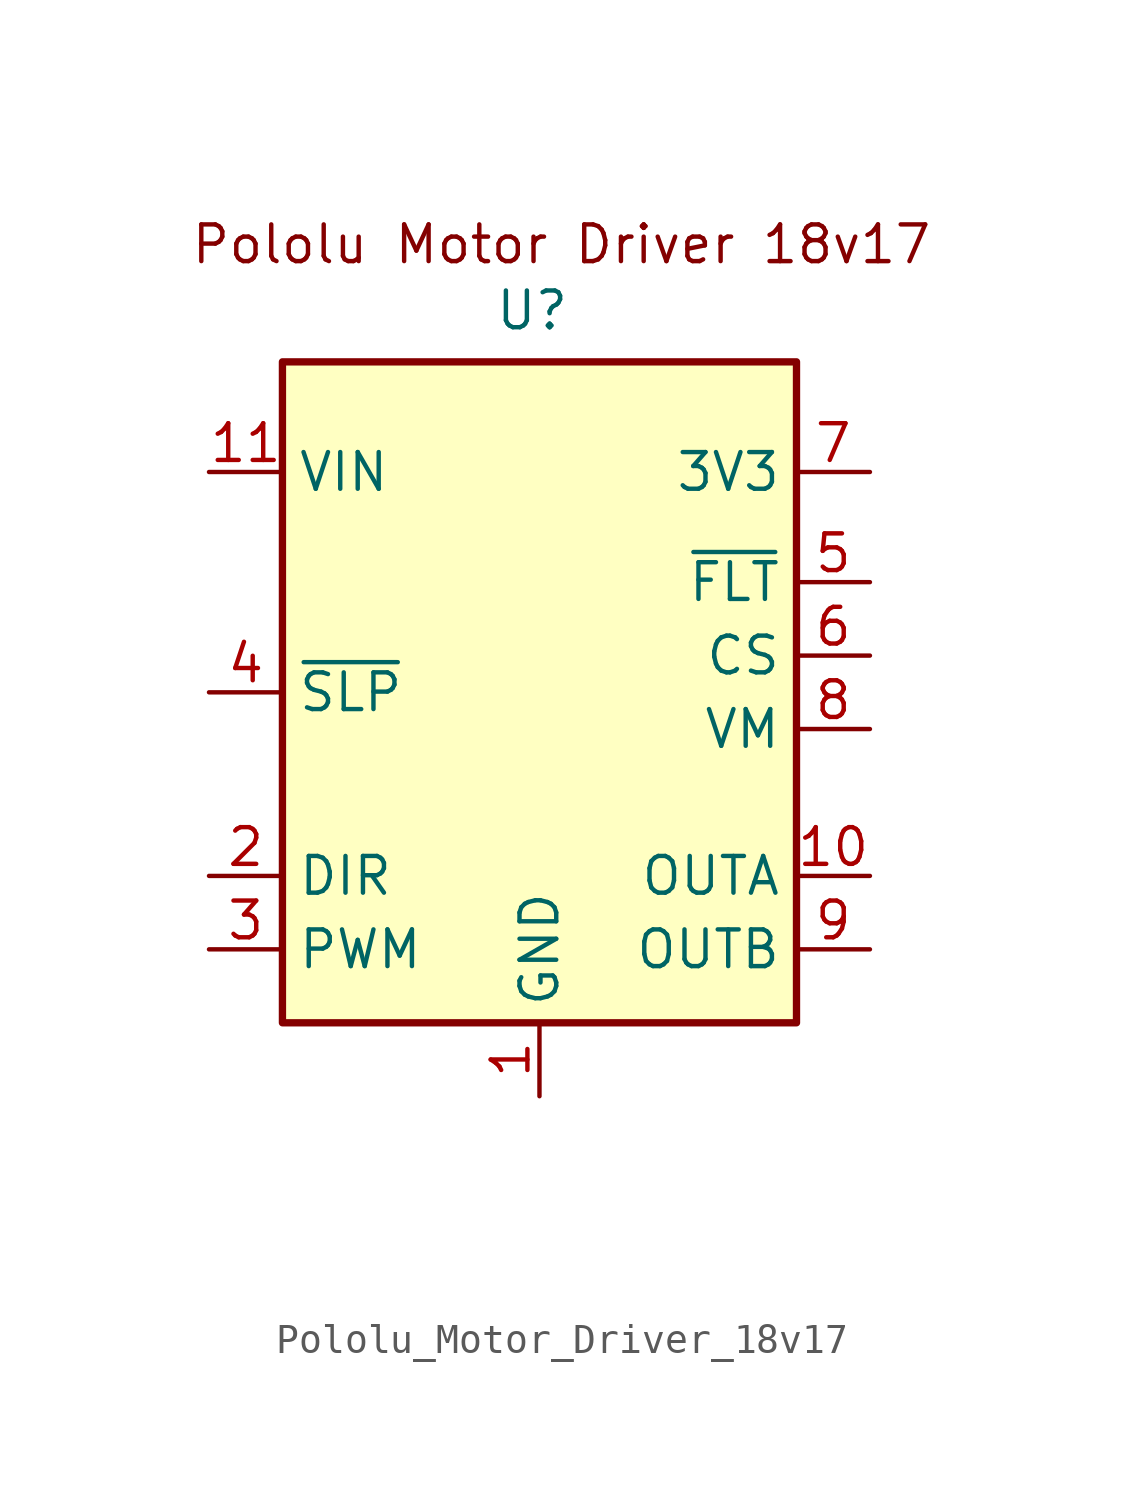
<source format=kicad_sym>
(kicad_symbol_lib
  (version 20231120)
  (generator "kicad_symbol_editor")
  (generator_version "8.0")
  (symbol "Pololu_Motor_Driver_18v17"
    (property "Reference" "U"
      (at 8.636 30.988 0)
      (effects (font (size 1.27 1.27))))
    (property "Value" ""
      (at 0 0 0)
      (effects (font (size 1.27 1.27))))
    (symbol "Pololu_Motor_Driver_18v17_0_1"
      (rectangle (start 0 29.21) (end 17.78 6.35) (stroke (width 0.254) (type default)) (fill (type background))))
    (symbol "Pololu_Motor_Driver_18v17_1_1"
      (text "Pololu Motor Driver 18v17" (at 9.652 33.274 0) (effects (font (size 1.27 1.27))))
      (pin power_in line (at 8.89 3.81 90) (length 2.54) (name "GND" (effects (font (size 1.27 1.27)))) (number "1" (effects (font (size 1.27 1.27)))))
      (pin output line (at 20.32 11.43 180) (length 2.54) (name "OUTA" (effects (font (size 1.27 1.27)))) (number "10" (effects (font (size 1.27 1.27)))))
      (pin power_in line (at -2.54 25.4 0) (length 2.54) (name "VIN" (effects (font (size 1.27 1.27)))) (number "11" (effects (font (size 1.27 1.27)))))
      (pin input line (at -2.54 11.43 0) (length 2.54) (name "DIR" (effects (font (size 1.27 1.27)))) (number "2" (effects (font (size 1.27 1.27)))))
      (pin input line (at -2.54 8.89 0) (length 2.54) (name "PWM" (effects (font (size 1.27 1.27)))) (number "3" (effects (font (size 1.27 1.27)))))
      (pin input line (at -2.54 17.78 0) (length 2.54) (name "~{SLP}" (effects (font (size 1.27 1.27)))) (number "4" (effects (font (size 1.27 1.27)))))
      (pin output line (at 20.32 21.59 180) (length 2.54) (name "~{FLT}" (effects (font (size 1.27 1.27)))) (number "5" (effects (font (size 1.27 1.27)))))
      (pin output line (at 20.32 19.05 180) (length 2.54) (name "CS" (effects (font (size 1.27 1.27)))) (number "6" (effects (font (size 1.27 1.27)))))
      (pin power_out line (at 20.32 25.4 180) (length 2.54) (name "3V3" (effects (font (size 1.27 1.27)))) (number "7" (effects (font (size 1.27 1.27)))))
      (pin output line (at 20.32 16.51 180) (length 2.54) (name "VM" (effects (font (size 1.27 1.27)))) (number "8" (effects (font (size 1.27 1.27)))))
      (pin output line (at 20.32 8.89 180) (length 2.54) (name "OUTB" (effects (font (size 1.27 1.27)))) (number "9" (effects (font (size 1.27 1.27))))))))
</source>
